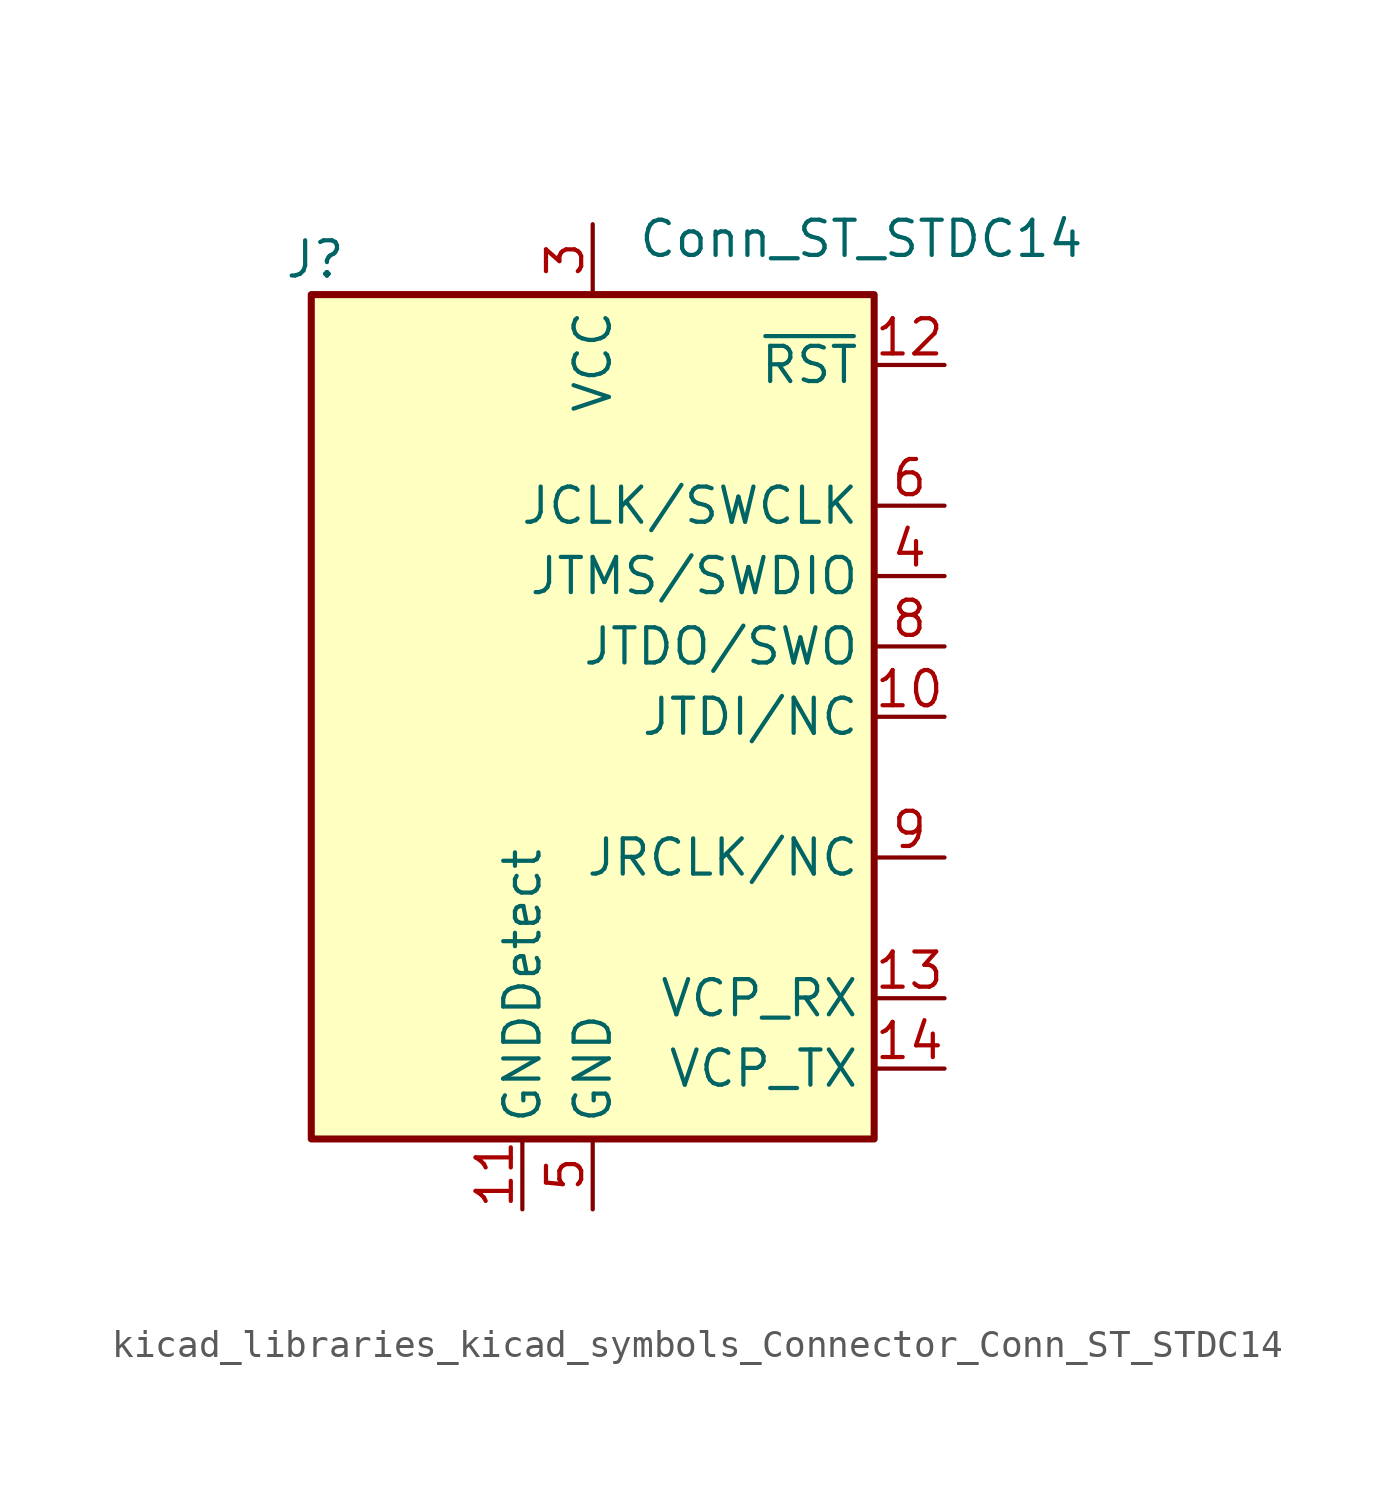
<source format=kicad_sym>
(kicad_symbol_lib
  (version 20220914)
  (generator kicad_symbol_editor)
  (symbol "kicad_libraries_kicad_symbols_Connector_Conn_ST_STDC14"
    (property "Reference" "J"
      (at -8.89 16.51 0)
      (effects (font (size 1.27 1.27)) (justify right)))
    (property "Value" "Conn_ST_STDC14"
      (at 17.78 16.51 0)
      (effects (font (size 1.27 1.27)) (justify right bottom)))
    (symbol "kicad_libraries_kicad_symbols_Connector_Conn_ST_STDC14_0_1"
      (rectangle (start -10.16 15.24) (end 10.16 -15.24) (stroke (width 0.254) (type default)) (fill (type background))))
    (symbol "kicad_libraries_kicad_symbols_Connector_Conn_ST_STDC14_1_1"
      (pin no_connect line (at -10.16 5.08 0) (length 2.54) hide (name "NC" (effects (font (size 1.27 1.27)))) (number "1" (effects (font (size 1.27 1.27)))))
      (pin output line (at 12.7 0 180) (length 2.54) (name "JTDI/NC" (effects (font (size 1.27 1.27)))) (number "10" (effects (font (size 1.27 1.27)))))
      (pin passive line (at -2.54 -17.78 90) (length 2.54) (name "GNDDetect" (effects (font (size 1.27 1.27)))) (number "11" (effects (font (size 1.27 1.27)))))
      (pin open_collector line (at 12.7 12.7 180) (length 2.54) (name "~{RST}" (effects (font (size 1.27 1.27)))) (number "12" (effects (font (size 1.27 1.27)))))
      (pin output line (at 12.7 -10.16 180) (length 2.54) (name "VCP_RX" (effects (font (size 1.27 1.27)))) (number "13" (effects (font (size 1.27 1.27)))))
      (pin input line (at 12.7 -12.7 180) (length 2.54) (name "VCP_TX" (effects (font (size 1.27 1.27)))) (number "14" (effects (font (size 1.27 1.27)))))
      (pin no_connect line (at -10.16 2.54 0) (length 2.54) hide (name "NC" (effects (font (size 1.27 1.27)))) (number "2" (effects (font (size 1.27 1.27)))))
      (pin power_in line (at 0 17.78 270) (length 2.54) (name "VCC" (effects (font (size 1.27 1.27)))) (number "3" (effects (font (size 1.27 1.27)))))
      (pin bidirectional line (at 12.7 5.08 180) (length 2.54) (name "JTMS/SWDIO" (effects (font (size 1.27 1.27)))) (number "4" (effects (font (size 1.27 1.27)))))
      (pin power_in line (at 0 -17.78 90) (length 2.54) (name "GND" (effects (font (size 1.27 1.27)))) (number "5" (effects (font (size 1.27 1.27)))))
      (pin output line (at 12.7 7.62 180) (length 2.54) (name "JCLK/SWCLK" (effects (font (size 1.27 1.27)))) (number "6" (effects (font (size 1.27 1.27)))))
      (pin passive line (at 0 -17.78 90) (length 2.54) hide (name "GND" (effects (font (size 1.27 1.27)))) (number "7" (effects (font (size 1.27 1.27)))))
      (pin input line (at 12.7 2.54 180) (length 2.54) (name "JTDO/SWO" (effects (font (size 1.27 1.27)))) (number "8" (effects (font (size 1.27 1.27)))))
      (pin input line (at 12.7 -5.08 180) (length 2.54) (name "JRCLK/NC" (effects (font (size 1.27 1.27)))) (number "9" (effects (font (size 1.27 1.27))))))))
</source>
